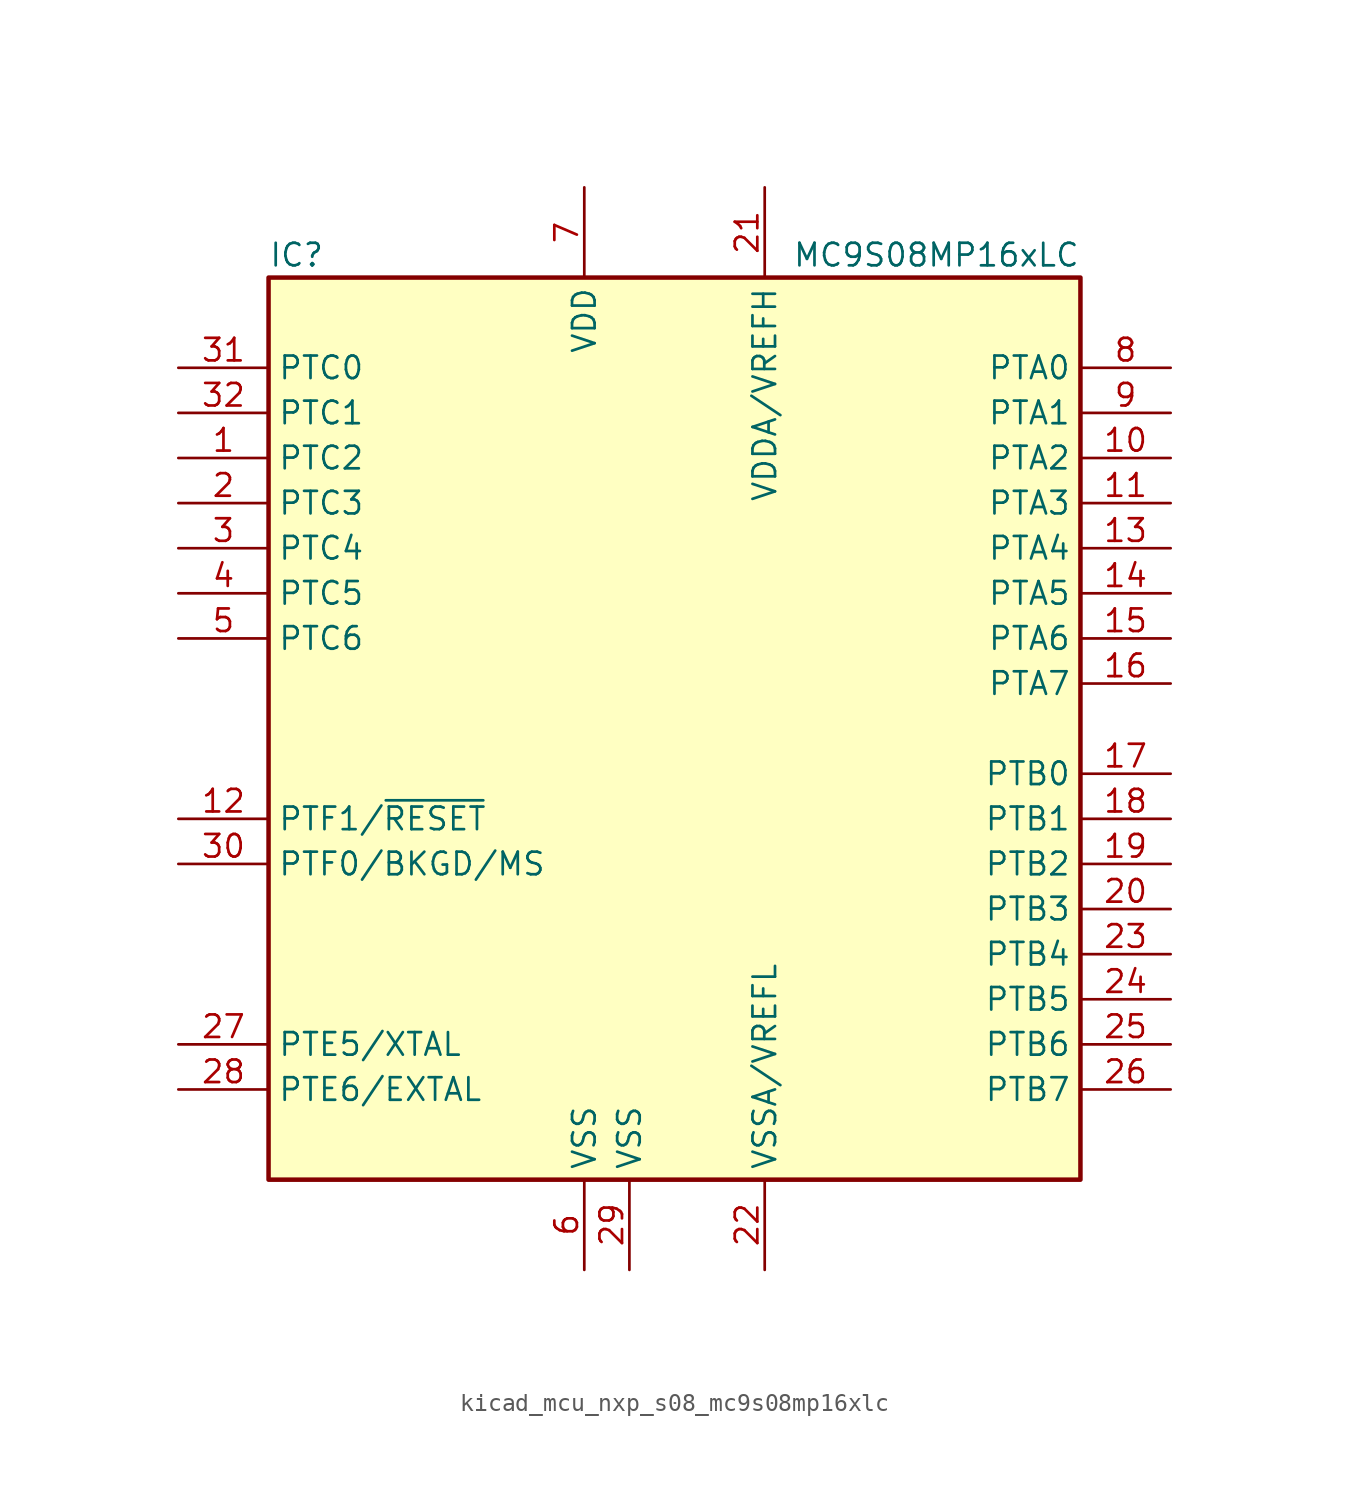
<source format=kicad_sym>
(kicad_symbol_lib
  (version 20220914)
  (generator kicad_symbol_editor)
  (symbol "kicad_mcu_nxp_s08_mc9s08mp16xlc"
    (property "Reference" "IC"
      (at -22.86 26.67 0)
      (effects (font (size 1.27 1.27)) (justify left)))
    (property "Value" "MC9S08MP16xLC"
      (at 22.86 26.67 0)
      (effects (font (size 1.27 1.27)) (justify right)))
    (symbol "kicad_mcu_nxp_s08_mc9s08mp16xlc_0_1"
      (rectangle (start -22.86 25.4) (end 22.86 -25.4) (stroke (width 0.254) (type default)) (fill (type background))))
    (symbol "kicad_mcu_nxp_s08_mc9s08mp16xlc_1_1"
      (pin bidirectional line (at -27.94 15.24 0) (length 5.08) (name "PTC2" (effects (font (size 1.27 1.27)))) (number "1" (effects (font (size 1.27 1.27)))))
      (pin bidirectional line (at 27.94 15.24 180) (length 5.08) (name "PTA2" (effects (font (size 1.27 1.27)))) (number "10" (effects (font (size 1.27 1.27)))))
      (pin bidirectional line (at 27.94 12.7 180) (length 5.08) (name "PTA3" (effects (font (size 1.27 1.27)))) (number "11" (effects (font (size 1.27 1.27)))))
      (pin bidirectional line (at -27.94 -5.08 0) (length 5.08) (name "PTF1/~{RESET}" (effects (font (size 1.27 1.27)))) (number "12" (effects (font (size 1.27 1.27)))))
      (pin bidirectional line (at 27.94 10.16 180) (length 5.08) (name "PTA4" (effects (font (size 1.27 1.27)))) (number "13" (effects (font (size 1.27 1.27)))))
      (pin bidirectional line (at 27.94 7.62 180) (length 5.08) (name "PTA5" (effects (font (size 1.27 1.27)))) (number "14" (effects (font (size 1.27 1.27)))))
      (pin bidirectional line (at 27.94 5.08 180) (length 5.08) (name "PTA6" (effects (font (size 1.27 1.27)))) (number "15" (effects (font (size 1.27 1.27)))))
      (pin bidirectional line (at 27.94 2.54 180) (length 5.08) (name "PTA7" (effects (font (size 1.27 1.27)))) (number "16" (effects (font (size 1.27 1.27)))))
      (pin bidirectional line (at 27.94 -2.54 180) (length 5.08) (name "PTB0" (effects (font (size 1.27 1.27)))) (number "17" (effects (font (size 1.27 1.27)))))
      (pin bidirectional line (at 27.94 -5.08 180) (length 5.08) (name "PTB1" (effects (font (size 1.27 1.27)))) (number "18" (effects (font (size 1.27 1.27)))))
      (pin bidirectional line (at 27.94 -7.62 180) (length 5.08) (name "PTB2" (effects (font (size 1.27 1.27)))) (number "19" (effects (font (size 1.27 1.27)))))
      (pin bidirectional line (at -27.94 12.7 0) (length 5.08) (name "PTC3" (effects (font (size 1.27 1.27)))) (number "2" (effects (font (size 1.27 1.27)))))
      (pin bidirectional line (at 27.94 -10.16 180) (length 5.08) (name "PTB3" (effects (font (size 1.27 1.27)))) (number "20" (effects (font (size 1.27 1.27)))))
      (pin power_in line (at 5.08 30.48 270) (length 5.08) (name "VDDA/VREFH" (effects (font (size 1.27 1.27)))) (number "21" (effects (font (size 1.27 1.27)))))
      (pin power_in line (at 5.08 -30.48 90) (length 5.08) (name "VSSA/VREFL" (effects (font (size 1.27 1.27)))) (number "22" (effects (font (size 1.27 1.27)))))
      (pin bidirectional line (at 27.94 -12.7 180) (length 5.08) (name "PTB4" (effects (font (size 1.27 1.27)))) (number "23" (effects (font (size 1.27 1.27)))))
      (pin bidirectional line (at 27.94 -15.24 180) (length 5.08) (name "PTB5" (effects (font (size 1.27 1.27)))) (number "24" (effects (font (size 1.27 1.27)))))
      (pin bidirectional line (at 27.94 -17.78 180) (length 5.08) (name "PTB6" (effects (font (size 1.27 1.27)))) (number "25" (effects (font (size 1.27 1.27)))))
      (pin bidirectional line (at 27.94 -20.32 180) (length 5.08) (name "PTB7" (effects (font (size 1.27 1.27)))) (number "26" (effects (font (size 1.27 1.27)))))
      (pin bidirectional line (at -27.94 -17.78 0) (length 5.08) (name "PTE5/XTAL" (effects (font (size 1.27 1.27)))) (number "27" (effects (font (size 1.27 1.27)))))
      (pin bidirectional line (at -27.94 -20.32 0) (length 5.08) (name "PTE6/EXTAL" (effects (font (size 1.27 1.27)))) (number "28" (effects (font (size 1.27 1.27)))))
      (pin power_in line (at -2.54 -30.48 90) (length 5.08) (name "VSS" (effects (font (size 1.27 1.27)))) (number "29" (effects (font (size 1.27 1.27)))))
      (pin bidirectional line (at -27.94 10.16 0) (length 5.08) (name "PTC4" (effects (font (size 1.27 1.27)))) (number "3" (effects (font (size 1.27 1.27)))))
      (pin bidirectional line (at -27.94 -7.62 0) (length 5.08) (name "PTF0/BKGD/MS" (effects (font (size 1.27 1.27)))) (number "30" (effects (font (size 1.27 1.27)))))
      (pin bidirectional line (at -27.94 20.32 0) (length 5.08) (name "PTC0" (effects (font (size 1.27 1.27)))) (number "31" (effects (font (size 1.27 1.27)))))
      (pin bidirectional line (at -27.94 17.78 0) (length 5.08) (name "PTC1" (effects (font (size 1.27 1.27)))) (number "32" (effects (font (size 1.27 1.27)))))
      (pin bidirectional line (at -27.94 7.62 0) (length 5.08) (name "PTC5" (effects (font (size 1.27 1.27)))) (number "4" (effects (font (size 1.27 1.27)))))
      (pin bidirectional line (at -27.94 5.08 0) (length 5.08) (name "PTC6" (effects (font (size 1.27 1.27)))) (number "5" (effects (font (size 1.27 1.27)))))
      (pin power_in line (at -5.08 -30.48 90) (length 5.08) (name "VSS" (effects (font (size 1.27 1.27)))) (number "6" (effects (font (size 1.27 1.27)))))
      (pin power_in line (at -5.08 30.48 270) (length 5.08) (name "VDD" (effects (font (size 1.27 1.27)))) (number "7" (effects (font (size 1.27 1.27)))))
      (pin bidirectional line (at 27.94 20.32 180) (length 5.08) (name "PTA0" (effects (font (size 1.27 1.27)))) (number "8" (effects (font (size 1.27 1.27)))))
      (pin bidirectional line (at 27.94 17.78 180) (length 5.08) (name "PTA1" (effects (font (size 1.27 1.27)))) (number "9" (effects (font (size 1.27 1.27))))))))
</source>
